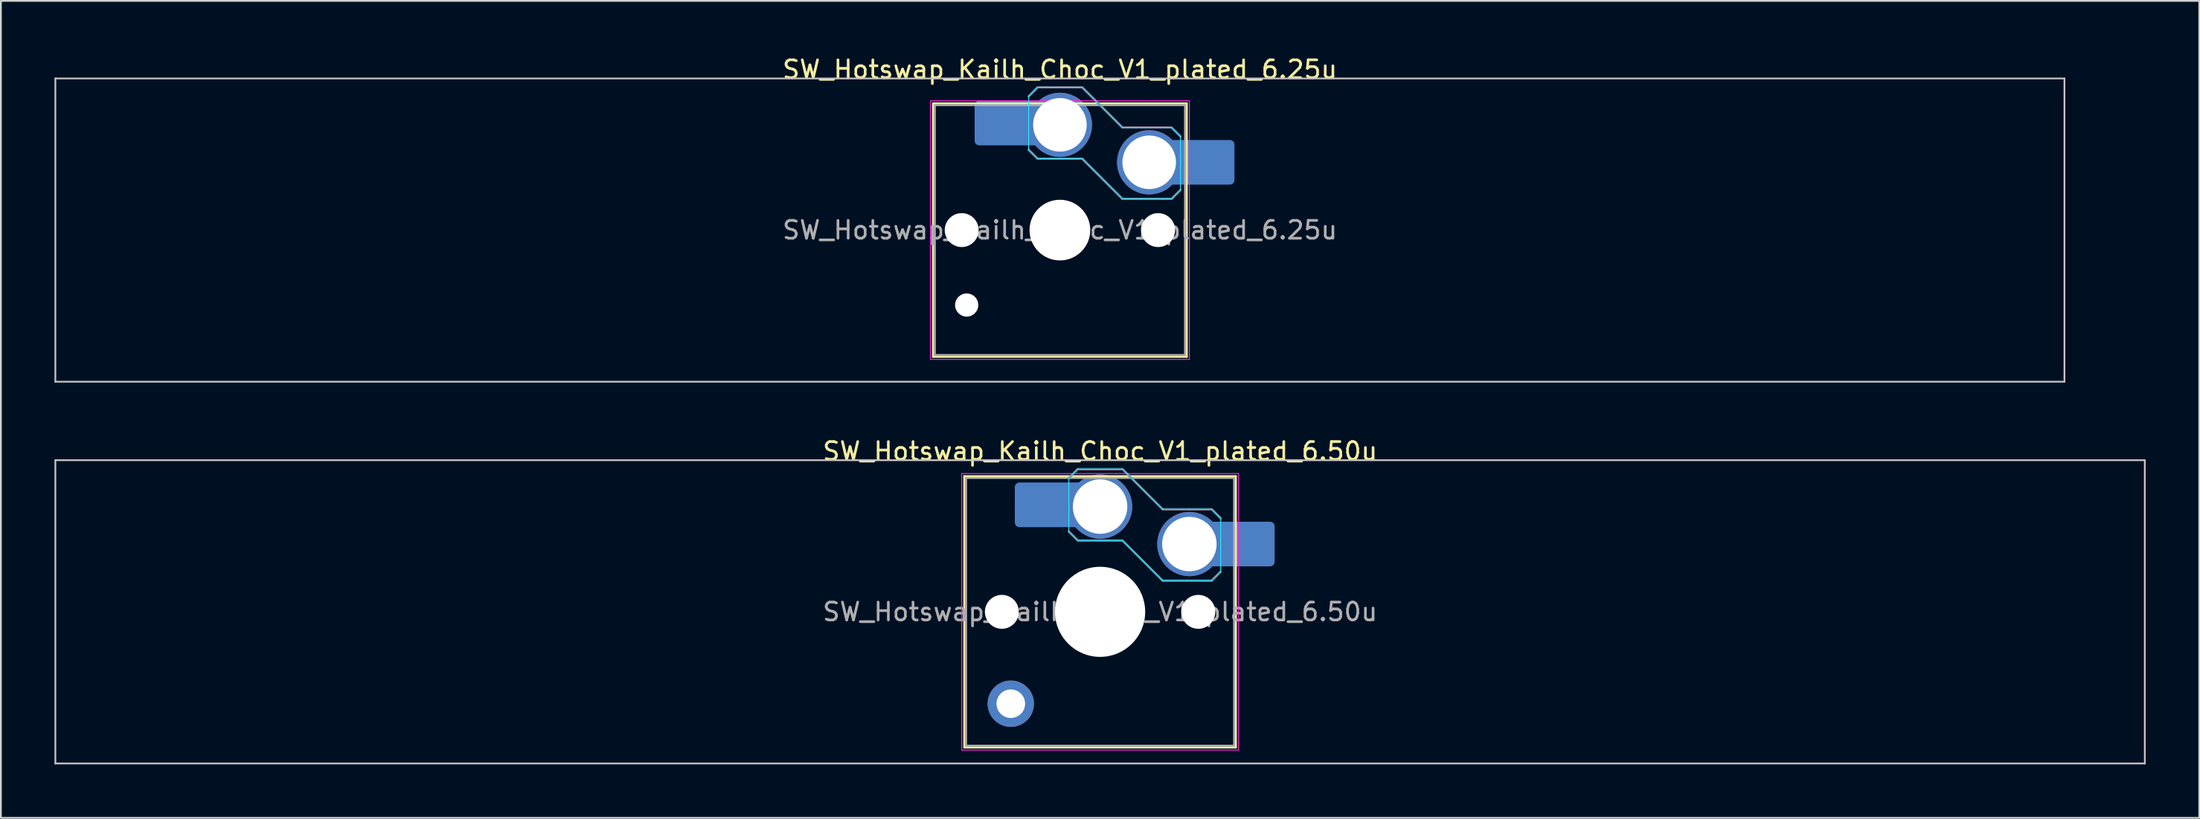
<source format=kicad_pcb>
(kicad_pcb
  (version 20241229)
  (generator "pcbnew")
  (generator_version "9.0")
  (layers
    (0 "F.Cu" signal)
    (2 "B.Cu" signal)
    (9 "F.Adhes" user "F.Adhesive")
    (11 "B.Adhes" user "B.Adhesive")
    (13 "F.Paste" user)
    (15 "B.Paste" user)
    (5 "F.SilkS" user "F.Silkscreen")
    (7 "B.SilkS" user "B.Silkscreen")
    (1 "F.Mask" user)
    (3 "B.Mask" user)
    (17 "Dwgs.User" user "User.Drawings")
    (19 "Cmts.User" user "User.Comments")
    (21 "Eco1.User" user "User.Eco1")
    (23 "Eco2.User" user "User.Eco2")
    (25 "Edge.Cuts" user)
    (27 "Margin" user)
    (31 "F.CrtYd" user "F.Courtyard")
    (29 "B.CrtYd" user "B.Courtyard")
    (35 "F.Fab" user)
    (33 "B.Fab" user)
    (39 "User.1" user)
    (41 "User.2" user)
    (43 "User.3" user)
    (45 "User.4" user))
  (footprint "SW_Hotswap_Kailh_Choc_V1_plated_6.50u"
    (layer "F.Cu")
    (at 58.55 31.247)
    (property "Reference" "SW_Hotswap_Kailh_Choc_V1_plated_6.50u" (at 0 -9 0) (layer "F.SilkS") (effects (font (size 1 1) (thickness 0.15))))
    (attr smd)
    (fp_line (start -7.6 -7.6) (end -7.6 7.6) (stroke (width 0.12) (type solid)) (layer "F.SilkS"))
    (fp_line (start -7.6 7.6) (end 7.6 7.6) (stroke (width 0.12) (type solid)) (layer "F.SilkS"))
    (fp_line (start 7.6 -7.6) (end -7.6 -7.6) (stroke (width 0.12) (type solid)) (layer "F.SilkS"))
    (fp_line (start 7.6 7.6) (end 7.6 -7.6) (stroke (width 0.12) (type solid)) (layer "F.SilkS"))
    (fp_line (start -1.75 -7.5) (end -1.25 -8) (stroke (width 0.12) (type solid)) (layer "B.SilkS"))
    (fp_line (start -1.25 -8) (end 1.25 -8) (stroke (width 0.12) (type solid)) (layer "B.SilkS"))
    (fp_line (start -1.25 -4) (end -1.75 -4.5) (stroke (width 0.12) (type solid)) (layer "B.SilkS"))
    (fp_line (start 1.25 -8) (end 3.5 -5.75) (stroke (width 0.12) (type solid)) (layer "B.SilkS"))
    (fp_line (start 1.25 -4) (end -1.25 -4) (stroke (width 0.12) (type solid)) (layer "B.SilkS"))
    (fp_line (start 3.5 -5.75) (end 6.25 -5.75) (stroke (width 0.12) (type solid)) (layer "B.SilkS"))
    (fp_line (start 3.5 -1.75) (end 1.25 -4) (stroke (width 0.12) (type solid)) (layer "B.SilkS"))
    (fp_line (start 6.25 -5.75) (end 6.75 -5.25) (stroke (width 0.12) (type solid)) (layer "B.SilkS"))
    (fp_line (start 6.25 -1.75) (end 3.5 -1.75) (stroke (width 0.12) (type solid)) (layer "B.SilkS"))
    (fp_line (start 6.75 -2.25) (end 6.25 -1.75) (stroke (width 0.12) (type solid)) (layer "B.SilkS"))
    (fp_line (start -58.5 -8.5) (end -58.5 8.5) (stroke (width 0.1) (type solid)) (layer "Dwgs.User"))
    (fp_line (start -58.5 8.5) (end 58.5 8.5) (stroke (width 0.1) (type solid)) (layer "Dwgs.User"))
    (fp_line (start 58.5 -8.5) (end -58.5 -8.5) (stroke (width 0.1) (type solid)) (layer "Dwgs.User"))
    (fp_line (start 58.5 8.5) (end 58.5 -8.5) (stroke (width 0.1) (type solid)) (layer "Dwgs.User"))
    (fp_line (start -7.25 -7.25) (end -7.25 7.25) (stroke (width 0.1) (type solid)) (layer "Eco1.User"))
    (fp_line (start -7.25 7.25) (end 7.25 7.25) (stroke (width 0.1) (type solid)) (layer "Eco1.User"))
    (fp_line (start 7.25 -7.25) (end -7.25 -7.25) (stroke (width 0.1) (type solid)) (layer "Eco1.User"))
    (fp_line (start 7.25 7.25) (end 7.25 -7.25) (stroke (width 0.1) (type solid)) (layer "Eco1.User"))
    (fp_line (start -1.75 -7.5) (end -1.25 -8) (stroke (width 0.05) (type solid)) (layer "B.CrtYd"))
    (fp_line (start -1.75 -4.5) (end -1.75 -7.5) (stroke (width 0.05) (type solid)) (layer "B.CrtYd"))
    (fp_line (start -1.25 -8) (end 1.25 -8) (stroke (width 0.05) (type solid)) (layer "B.CrtYd"))
    (fp_line (start -1.25 -4) (end -1.75 -4.5) (stroke (width 0.05) (type solid)) (layer "B.CrtYd"))
    (fp_line (start 1.25 -8) (end 3.5 -5.75) (stroke (width 0.05) (type solid)) (layer "B.CrtYd"))
    (fp_line (start 1.25 -4) (end -1.25 -4) (stroke (width 0.05) (type solid)) (layer "B.CrtYd"))
    (fp_line (start 3.5 -5.75) (end 6.25 -5.75) (stroke (width 0.05) (type solid)) (layer "B.CrtYd"))
    (fp_line (start 3.5 -1.75) (end 1.25 -4) (stroke (width 0.05) (type solid)) (layer "B.CrtYd"))
    (fp_line (start 6.25 -5.75) (end 6.75 -5.25) (stroke (width 0.05) (type solid)) (layer "B.CrtYd"))
    (fp_line (start 6.25 -1.75) (end 3.5 -1.75) (stroke (width 0.05) (type solid)) (layer "B.CrtYd"))
    (fp_line (start 6.75 -5.25) (end 6.75 -2.25) (stroke (width 0.05) (type solid)) (layer "B.CrtYd"))
    (fp_line (start 6.75 -2.25) (end 6.25 -1.75) (stroke (width 0.05) (type solid)) (layer "B.CrtYd"))
    (fp_line (start -7.75 -7.75) (end -7.75 7.75) (stroke (width 0.05) (type solid)) (layer "F.CrtYd"))
    (fp_line (start -7.75 7.75) (end 7.75 7.75) (stroke (width 0.05) (type solid)) (layer "F.CrtYd"))
    (fp_line (start 7.75 -7.75) (end -7.75 -7.75) (stroke (width 0.05) (type solid)) (layer "F.CrtYd"))
    (fp_line (start 7.75 7.75) (end 7.75 -7.75) (stroke (width 0.05) (type solid)) (layer "F.CrtYd"))
    (fp_line (start -1.75 -7.5) (end -1.25 -8) (stroke (width 0.1) (type solid)) (layer "B.Fab"))
    (fp_line (start -1.25 -8) (end 1.25 -8) (stroke (width 0.1) (type solid)) (layer "B.Fab"))
    (fp_line (start -1.25 -4) (end -1.75 -4.5) (stroke (width 0.1) (type solid)) (layer "B.Fab"))
    (fp_line (start 1.25 -8) (end 3.5 -5.75) (stroke (width 0.1) (type solid)) (layer "B.Fab"))
    (fp_line (start 1.25 -4) (end -1.25 -4) (stroke (width 0.1) (type solid)) (layer "B.Fab"))
    (fp_line (start 3.5 -5.75) (end 6.25 -5.75) (stroke (width 0.1) (type solid)) (layer "B.Fab"))
    (fp_line (start 3.5 -1.75) (end 1.25 -4) (stroke (width 0.1) (type solid)) (layer "B.Fab"))
    (fp_line (start 6.25 -5.75) (end 6.75 -5.25) (stroke (width 0.1) (type solid)) (layer "B.Fab"))
    (fp_line (start 6.25 -1.75) (end 3.5 -1.75) (stroke (width 0.1) (type solid)) (layer "B.Fab"))
    (fp_line (start 6.75 -2.25) (end 6.25 -1.75) (stroke (width 0.1) (type solid)) (layer "B.Fab"))
    (fp_line (start -7.5 -7.5) (end -7.5 7.5) (stroke (width 0.1) (type solid)) (layer "F.Fab"))
    (fp_line (start -7.5 7.5) (end 7.5 7.5) (stroke (width 0.1) (type solid)) (layer "F.Fab"))
    (fp_line (start 7.5 -7.5) (end -7.5 -7.5) (stroke (width 0.1) (type solid)) (layer "F.Fab"))
    (fp_line (start 7.5 7.5) (end 7.5 -7.5) (stroke (width 0.1) (type solid)) (layer "F.Fab"))
    (fp_text user "${REFERENCE}" (at 0 0 0) (layer "F.Fab") (effects (font (size 1 1) (thickness 0.15))))
    (pad "" np_thru_hole circle (at -5.5 0) (size 1.9 1.9) (drill 1.9) (layers "*.Cu" "*.Mask"))
    (pad "" thru_hole circle (at -5 5.15) (size 2.6 2.6) (drill 1.6) (layers "*.Cu" "B.Mask"))
    (pad "" smd roundrect (at -3.5 -6) (size 2.55 2.5) (layers "B.Mask" "B.Paste") (roundrect_rratio 0.1))
    (pad "" np_thru_hole circle (at 0 0) (size 5.05 5.05) (drill 5.05) (layers "*.Cu" "*.Mask"))
    (pad "" np_thru_hole circle (at 5.5 0) (size 1.9 1.9) (drill 1.9) (layers "*.Cu" "*.Mask"))
    (pad "" smd roundrect (at 8.5 -3.8) (size 2.55 2.5) (layers "B.Mask" "B.Paste") (roundrect_rratio 0.1))
    (pad "1" smd roundrect (at -2.85 -6) (size 3.85 2.5) (layers "B.Cu") (roundrect_rratio 0.1))
    (pad "1" thru_hole circle (at 0 -5.9) (size 3.6 3.6) (drill 3.05) (layers "*.Cu" "B.Mask"))
    (pad "2" thru_hole circle (at 5 -3.8) (size 3.6 3.6) (drill 3.05) (layers "*.Cu" "B.Mask"))
    (pad "2" smd roundrect (at 7.85 -3.8) (size 3.85 2.5) (layers "B.Cu") (roundrect_rratio 0.1)))
  (footprint "SW_Hotswap_Kailh_Choc_V1_plated_6.25u"
    (layer "F.Cu")
    (at 56.3 9.848)
    (property "Reference" "SW_Hotswap_Kailh_Choc_V1_plated_6.25u" (at 0 -9 0) (layer "F.SilkS") (effects (font (size 1 1) (thickness 0.15))))
    (attr smd)
    (fp_line (start -7.1 -7.1) (end -7.1 7.1) (stroke (width 0.12) (type solid)) (layer "F.SilkS"))
    (fp_line (start -7.1 7.1) (end 7.1 7.1) (stroke (width 0.12) (type solid)) (layer "F.SilkS"))
    (fp_line (start 7.1 -7.1) (end -7.1 -7.1) (stroke (width 0.12) (type solid)) (layer "F.SilkS"))
    (fp_line (start 7.1 7.1) (end 7.1 -7.1) (stroke (width 0.12) (type solid)) (layer "F.SilkS"))
    (fp_line (start -1.75 -7.5) (end -1.25 -8) (stroke (width 0.12) (type solid)) (layer "B.SilkS"))
    (fp_line (start -1.25 -8) (end 1.25 -8) (stroke (width 0.12) (type solid)) (layer "B.SilkS"))
    (fp_line (start -1.25 -4) (end -1.75 -4.5) (stroke (width 0.12) (type solid)) (layer "B.SilkS"))
    (fp_line (start 1.25 -8) (end 3.5 -5.75) (stroke (width 0.12) (type solid)) (layer "B.SilkS"))
    (fp_line (start 1.25 -4) (end -1.25 -4) (stroke (width 0.12) (type solid)) (layer "B.SilkS"))
    (fp_line (start 3.5 -5.75) (end 6.25 -5.75) (stroke (width 0.12) (type solid)) (layer "B.SilkS"))
    (fp_line (start 3.5 -1.75) (end 1.25 -4) (stroke (width 0.12) (type solid)) (layer "B.SilkS"))
    (fp_line (start 6.25 -5.75) (end 6.75 -5.25) (stroke (width 0.12) (type solid)) (layer "B.SilkS"))
    (fp_line (start 6.25 -1.75) (end 3.5 -1.75) (stroke (width 0.12) (type solid)) (layer "B.SilkS"))
    (fp_line (start 6.75 -2.25) (end 6.25 -1.75) (stroke (width 0.12) (type solid)) (layer "B.SilkS"))
    (fp_line (start -56.25 -8.5) (end -56.25 8.5) (stroke (width 0.1) (type solid)) (layer "Dwgs.User"))
    (fp_line (start -56.25 8.5) (end 56.25 8.5) (stroke (width 0.1) (type solid)) (layer "Dwgs.User"))
    (fp_line (start 56.25 -8.5) (end -56.25 -8.5) (stroke (width 0.1) (type solid)) (layer "Dwgs.User"))
    (fp_line (start 56.25 8.5) (end 56.25 -8.5) (stroke (width 0.1) (type solid)) (layer "Dwgs.User"))
    (fp_line (start -1.75 -7.5) (end -1.25 -8) (stroke (width 0.05) (type solid)) (layer "B.CrtYd"))
    (fp_line (start -1.75 -4.5) (end -1.75 -7.5) (stroke (width 0.05) (type solid)) (layer "B.CrtYd"))
    (fp_line (start -1.25 -8) (end 1.25 -8) (stroke (width 0.05) (type solid)) (layer "B.CrtYd"))
    (fp_line (start -1.25 -4) (end -1.75 -4.5) (stroke (width 0.05) (type solid)) (layer "B.CrtYd"))
    (fp_line (start 1.25 -8) (end 3.5 -5.75) (stroke (width 0.05) (type solid)) (layer "B.CrtYd"))
    (fp_line (start 1.25 -4) (end -1.25 -4) (stroke (width 0.05) (type solid)) (layer "B.CrtYd"))
    (fp_line (start 3.5 -5.75) (end 6.25 -5.75) (stroke (width 0.05) (type solid)) (layer "B.CrtYd"))
    (fp_line (start 3.5 -1.75) (end 1.25 -4) (stroke (width 0.05) (type solid)) (layer "B.CrtYd"))
    (fp_line (start 6.25 -5.75) (end 6.75 -5.25) (stroke (width 0.05) (type solid)) (layer "B.CrtYd"))
    (fp_line (start 6.25 -1.75) (end 3.5 -1.75) (stroke (width 0.05) (type solid)) (layer "B.CrtYd"))
    (fp_line (start 6.75 -5.25) (end 6.75 -2.25) (stroke (width 0.05) (type solid)) (layer "B.CrtYd"))
    (fp_line (start 6.75 -2.25) (end 6.25 -1.75) (stroke (width 0.05) (type solid)) (layer "B.CrtYd"))
    (fp_line (start -7.25 -7.25) (end -7.25 7.25) (stroke (width 0.05) (type solid)) (layer "F.CrtYd"))
    (fp_line (start -7.25 7.25) (end 7.25 7.25) (stroke (width 0.05) (type solid)) (layer "F.CrtYd"))
    (fp_line (start 7.25 -7.25) (end -7.25 -7.25) (stroke (width 0.05) (type solid)) (layer "F.CrtYd"))
    (fp_line (start 7.25 7.25) (end 7.25 -7.25) (stroke (width 0.05) (type solid)) (layer "F.CrtYd"))
    (fp_line (start -1.75 -7.5) (end -1.25 -8) (stroke (width 0.1) (type solid)) (layer "B.Fab"))
    (fp_line (start -1.25 -8) (end 1.25 -8) (stroke (width 0.1) (type solid)) (layer "B.Fab"))
    (fp_line (start -1.25 -4) (end -1.75 -4.5) (stroke (width 0.1) (type solid)) (layer "B.Fab"))
    (fp_line (start 1.25 -8) (end 3.5 -5.75) (stroke (width 0.1) (type solid)) (layer "B.Fab"))
    (fp_line (start 1.25 -4) (end -1.25 -4) (stroke (width 0.1) (type solid)) (layer "B.Fab"))
    (fp_line (start 3.5 -5.75) (end 6.25 -5.75) (stroke (width 0.1) (type solid)) (layer "B.Fab"))
    (fp_line (start 3.5 -1.75) (end 1.25 -4) (stroke (width 0.1) (type solid)) (layer "B.Fab"))
    (fp_line (start 6.25 -5.75) (end 6.75 -5.25) (stroke (width 0.1) (type solid)) (layer "B.Fab"))
    (fp_line (start 6.25 -1.75) (end 3.5 -1.75) (stroke (width 0.1) (type solid)) (layer "B.Fab"))
    (fp_line (start 6.75 -2.25) (end 6.25 -1.75) (stroke (width 0.1) (type solid)) (layer "B.Fab"))
    (fp_line (start -7 -7) (end -7 7) (stroke (width 0.1) (type solid)) (layer "F.Fab"))
    (fp_line (start -7 7) (end 7 7) (stroke (width 0.1) (type solid)) (layer "F.Fab"))
    (fp_line (start 7 -7) (end -7 -7) (stroke (width 0.1) (type solid)) (layer "F.Fab"))
    (fp_line (start 7 7) (end 7 -7) (stroke (width 0.1) (type solid)) (layer "F.Fab"))
    (fp_text user "${REFERENCE}" (at 0 0 0) (layer "F.Fab") (effects (font (size 1 1) (thickness 0.15))))
    (pad "" np_thru_hole circle (at -5.5 0) (size 1.9 1.9) (drill 1.9) (layers "*.Cu" "*.Mask"))
    (pad "" np_thru_hole circle (at -5.22 4.2) (size 1.3 1.3) (drill 1.3) (layers "*.Cu" "*.Mask"))
    (pad "" smd roundrect (at -3.5 -6) (size 2.55 2.5) (layers "B.Mask" "B.Paste") (roundrect_rratio 0.1))
    (pad "" np_thru_hole circle (at 0 0) (size 3.4 3.4) (drill 3.4) (layers "*.Cu" "*.Mask"))
    (pad "" np_thru_hole circle (at 5.5 0) (size 1.9 1.9) (drill 1.9) (layers "*.Cu" "*.Mask"))
    (pad "" smd roundrect (at 8.5 -3.8) (size 2.55 2.5) (layers "B.Mask" "B.Paste") (roundrect_rratio 0.1))
    (pad "1" smd roundrect (at -2.85 -6) (size 3.85 2.5) (layers "B.Cu") (roundrect_rratio 0.1))
    (pad "1" thru_hole circle (at 0 -5.9) (size 3.6 3.6) (drill 3) (layers "*.Cu" "B.Mask"))
    (pad "2" thru_hole circle (at 5 -3.8) (size 3.6 3.6) (drill 3) (layers "*.Cu" "B.Mask"))
    (pad "2" smd roundrect (at 7.85 -3.8) (size 3.85 2.5) (layers "B.Cu") (roundrect_rratio 0.1)))
  (gr_rect
    (start -3 -3)
    (end 120.1 42.797)
    (stroke (width 0.1) (type default))
    (fill no)
    (layer "Edge.Cuts")))
</source>
